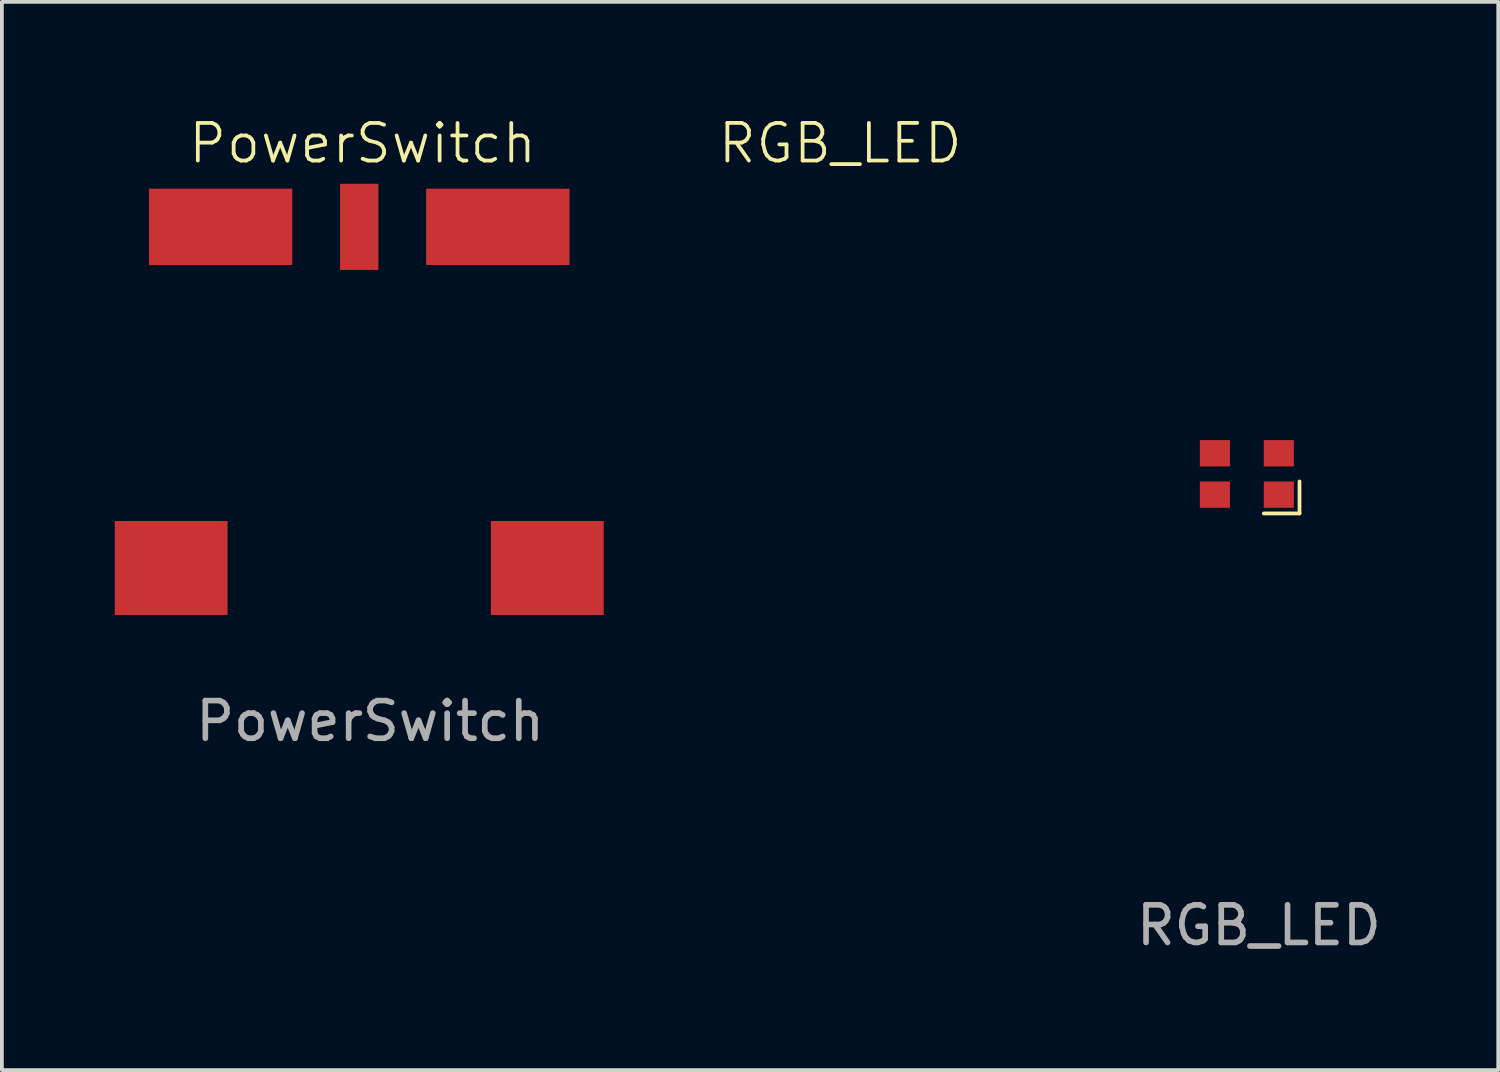
<source format=kicad_pcb>
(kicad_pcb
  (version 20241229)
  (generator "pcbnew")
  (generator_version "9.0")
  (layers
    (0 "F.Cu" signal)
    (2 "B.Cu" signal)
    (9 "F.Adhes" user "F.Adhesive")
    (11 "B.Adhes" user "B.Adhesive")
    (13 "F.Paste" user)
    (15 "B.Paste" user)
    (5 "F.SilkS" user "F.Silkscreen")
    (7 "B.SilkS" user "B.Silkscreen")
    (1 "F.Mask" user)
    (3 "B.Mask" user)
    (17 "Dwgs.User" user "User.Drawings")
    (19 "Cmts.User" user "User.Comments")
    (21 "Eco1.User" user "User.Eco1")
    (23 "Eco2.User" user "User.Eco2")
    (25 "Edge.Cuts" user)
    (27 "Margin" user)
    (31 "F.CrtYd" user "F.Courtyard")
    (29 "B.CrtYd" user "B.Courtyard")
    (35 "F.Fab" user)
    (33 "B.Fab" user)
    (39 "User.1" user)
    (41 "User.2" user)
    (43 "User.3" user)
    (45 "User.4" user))
  (footprint "PowerSwitch"
    (layer "F.Cu")
    (at 6.5 2.981)
    (property "Reference" "PowerSwitch" (at 0.09 -2.22 0) (unlocked yes) (layer "F.SilkS") (effects (font (size 1 1) (thickness 0.1))))
    (attr smd)
    (fp_text user "${REFERENCE}" (at 0.29 13.14 0) (unlocked yes) (layer "F.Fab") (effects (font (size 1 1) (thickness 0.15))))
    (pad "1" smd rect (at -3.685 0) (size 3.81 2.03) (layers "F.Cu" "F.Mask" "F.Paste"))
    (pad "2" smd rect (at 0 0) (size 1.02 2.29) (layers "F.Cu" "F.Mask" "F.Paste"))
    (pad "3" smd rect (at 3.685 0) (size 3.81 2.03) (layers "F.Cu" "F.Mask" "F.Paste"))
    (pad "4" smd rect (at -5 9.07) (size 3 2.5) (layers "F.Cu" "F.Mask" "F.Paste"))
    (pad "4" smd rect (at 5 9.07) (size 3 2.5) (layers "F.Cu" "F.Mask" "F.Paste")))
  (footprint "RGB_LED"
    (layer "F.Cu")
    (at 30.098 9.55)
    (property "Reference" "RGB_LED" (at -10.81 -8.79 0) (unlocked yes) (layer "F.SilkS") (effects (font (size 1 1) (thickness 0.1))))
    (attr smd)
    (fp_line (start 0.45 1.05) (end 1.4 1.05) (stroke (width 0.1) (type default)) (layer "F.SilkS"))
    (fp_line (start 1.4 0.2) (end 1.4 1.05) (stroke (width 0.1) (type default)) (layer "F.SilkS"))
    (fp_text user "${REFERENCE}" (at 0.32 12 0) (unlocked yes) (layer "F.Fab") (effects (font (size 1 1) (thickness 0.15))))
    (pad "1" smd rect (at 0.85 0.55) (size 0.8 0.7) (layers "F.Cu" "F.Mask" "F.Paste"))
    (pad "2" smd rect (at -0.85 0.55) (size 0.8 0.7) (layers "F.Cu" "F.Mask" "F.Paste"))
    (pad "3" smd rect (at -0.85 -0.55) (size 0.8 0.7) (layers "F.Cu" "F.Mask" "F.Paste"))
    (pad "4" smd rect (at 0.85 -0.55) (size 0.8 0.7) (layers "F.Cu" "F.Mask" "F.Paste")))
  (gr_rect
    (start -3 -3)
    (end 36.781 25.399)
    (stroke (width 0.1) (type default))
    (fill no)
    (layer "Edge.Cuts")))
</source>
